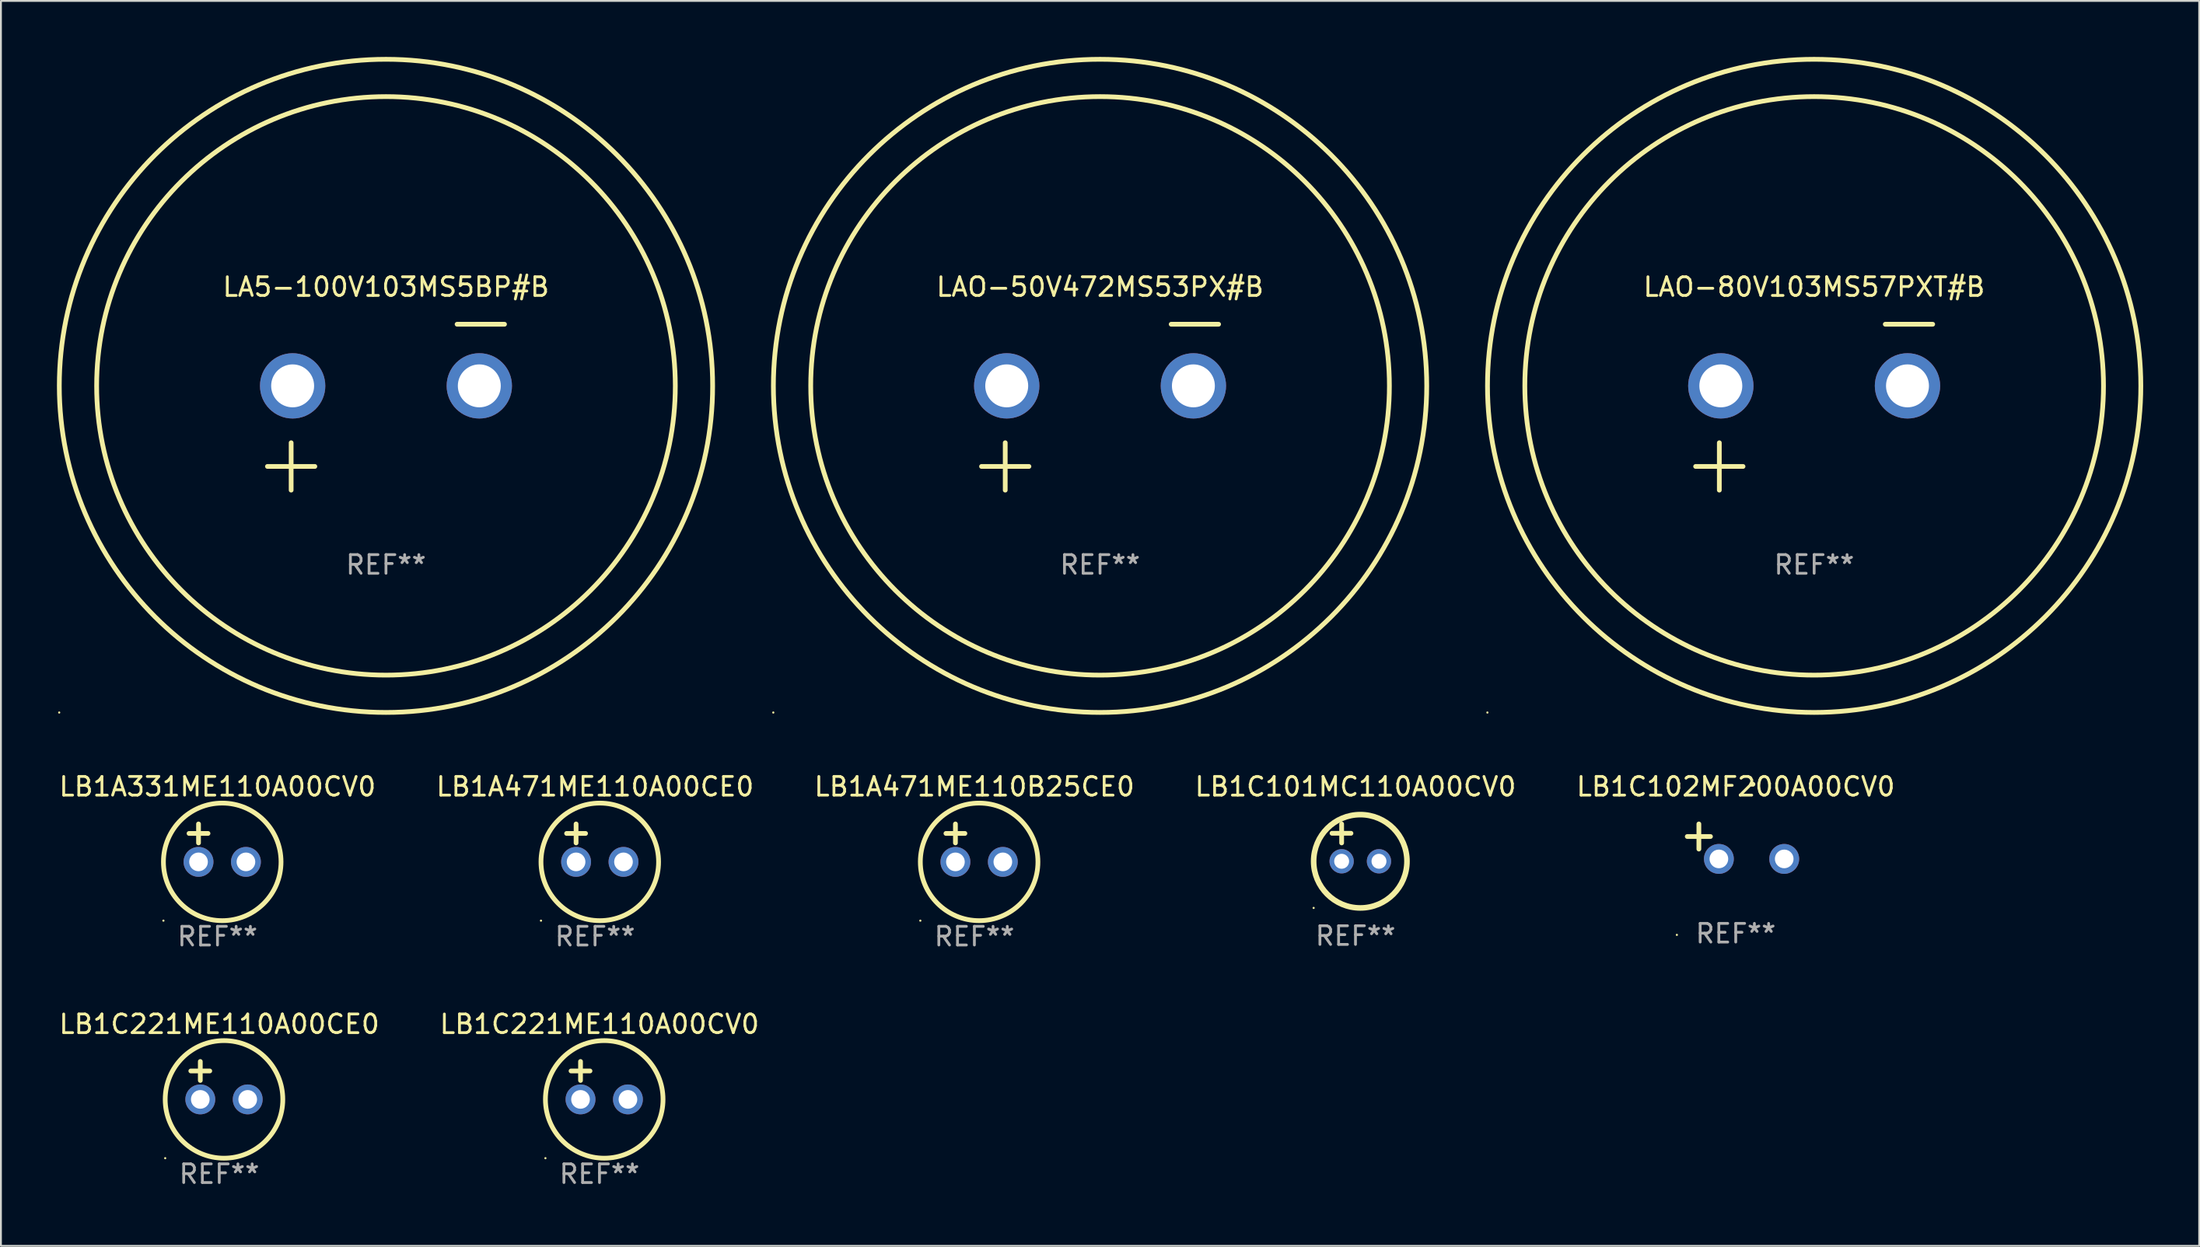
<source format=kicad_pcb>
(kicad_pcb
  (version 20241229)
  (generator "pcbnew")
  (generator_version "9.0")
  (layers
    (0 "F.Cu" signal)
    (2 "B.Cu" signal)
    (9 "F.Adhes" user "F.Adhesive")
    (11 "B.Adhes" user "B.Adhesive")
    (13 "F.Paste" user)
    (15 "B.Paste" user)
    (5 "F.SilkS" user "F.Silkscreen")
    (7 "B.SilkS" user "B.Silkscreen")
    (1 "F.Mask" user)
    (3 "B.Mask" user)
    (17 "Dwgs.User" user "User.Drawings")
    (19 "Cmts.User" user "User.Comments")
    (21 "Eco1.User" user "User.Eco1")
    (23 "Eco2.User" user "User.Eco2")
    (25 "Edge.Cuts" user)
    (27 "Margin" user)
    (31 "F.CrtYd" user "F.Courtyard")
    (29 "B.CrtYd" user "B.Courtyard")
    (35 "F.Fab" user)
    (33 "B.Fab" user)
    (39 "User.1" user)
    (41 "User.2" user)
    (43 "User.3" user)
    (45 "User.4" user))
  (footprint "LB1A471ME110A00CE0"
    (layer "F.Cu")
    (at 28.827 42.119)
    (property "Reference" "LB1A471ME110A00CE0" (at 0 -3.016 0) (layer "F.SilkS") (effects (font (size 1 1) (thickness 0.15))))
    (attr through_hole)
    (fp_line (start -1.524 -0.508) (end -0.508 -0.508) (stroke (width 0.254) (type solid)) (layer "F.SilkS"))
    (fp_line (start -1.016 -1.016) (end -1.016 0) (stroke (width 0.254) (type solid)) (layer "F.SilkS"))
    (fp_circle (center -2.896 4.166) (end -2.866 4.166) (stroke (width 0.06) (type solid)) (fill no) (layer "F.SilkS"))
    (fp_circle (center 0.254 1.016) (end 3.404 1.016) (stroke (width 0.254) (type solid)) (fill no) (layer "F.SilkS"))
    (fp_text user "REF**" (at 0 5.016 0) (layer "F.Fab") (effects (font (size 1 1) (thickness 0.15))))
    (pad "1" thru_hole circle (at -1.016 1.016) (size 1.6 1.6) (drill 1) (layers "*.Cu" "*.Mask"))
    (pad "2" thru_hole circle (at 1.524 1.016) (size 1.6 1.6) (drill 1) (layers "*.Cu" "*.Mask")))
  (footprint "LB1C102MF200A00CV0"
    (layer "F.Cu")
    (at 89.935 42.039)
    (property "Reference" "LB1C102MF200A00CV0" (at 0 -2.937 0) (layer "F.SilkS") (effects (font (size 1 1) (thickness 0.15))))
    (attr through_hole)
    (fp_line (start -1.975 0.41) (end -1.975 -0.937) (stroke (width 0.254) (type solid)) (layer "F.SilkS"))
    (fp_line (start -1.353 -0.263) (end -2.597 -0.263) (stroke (width 0.254) (type solid)) (layer "F.SilkS"))
    (fp_arc (start 0.849809 -3.063957) (mid 0.885369 -3.064114) (end 0.920929 -3.063957) (stroke (width 0.254001) (type solid)) (layer "F.SilkS"))
    (fp_circle (center -3.154 5.008) (end -3.124 5.008) (stroke (width 0.06) (type solid)) (fill no) (layer "F.SilkS"))
    (fp_text user "REF**" (at 0 4.937 0) (layer "F.Fab") (effects (font (size 1 1) (thickness 0.15))))
    (pad "1" thru_hole circle (at -0.903 0.937) (size 1.6 1.6) (drill 1) (layers "*.Cu" "*.Mask"))
    (pad "2" thru_hole circle (at 2.597 0.937) (size 1.6 1.6) (drill 1) (layers "*.Cu" "*.Mask")))
  (footprint "LAO-80V103MS57PXT#B"
    (layer "F.Cu")
    (at 94.136 18.77)
    (property "Reference" "LAO-80V103MS57PXT#B" (at 0 -6.445 0) (layer "F.SilkS") (effects (font (size 1 1) (thickness 0.15))))
    (attr through_hole)
    (fp_line (start -6.35 3.175) (end -3.81 3.175) (stroke (width 0.254) (type solid)) (layer "F.SilkS"))
    (fp_line (start -5.08 1.905) (end -5.08 4.445) (stroke (width 0.254) (type solid)) (layer "F.SilkS"))
    (fp_line (start 3.81 -4.445) (end 6.35 -4.445) (stroke (width 0.254) (type solid)) (layer "F.SilkS"))
    (fp_circle (center -17.505 16.362) (end -17.475 16.362) (stroke (width 0.06) (type solid)) (fill no) (layer "F.SilkS"))
    (fp_circle (center 0 -1.143) (end 15.5 -1.143) (stroke (width 0.254) (type solid)) (fill no) (layer "F.SilkS"))
    (fp_circle (center 0 -1.143) (end 17.5 -1.143) (stroke (width 0.254) (type solid)) (fill no) (layer "F.SilkS"))
    (fp_text user "REF**" (at 0 8.445 0) (layer "F.Fab") (effects (font (size 1 1) (thickness 0.15))))
    (pad "1" thru_hole circle (at -5 -1.143) (size 3.5 3.5) (drill 2.3) (layers "*.Cu" "*.Mask"))
    (pad "2" thru_hole circle (at 5 -1.143) (size 3.5 3.5) (drill 2.3) (layers "*.Cu" "*.Mask")))
  (footprint "LB1C221ME110A00CE0"
    (layer "F.Cu")
    (at 8.696 54.847)
    (property "Reference" "LB1C221ME110A00CE0" (at 0 -3.016 0) (layer "F.SilkS") (effects (font (size 1 1) (thickness 0.15))))
    (attr through_hole)
    (fp_line (start -1.524 -0.508) (end -0.508 -0.508) (stroke (width 0.254) (type solid)) (layer "F.SilkS"))
    (fp_line (start -1.016 -1.016) (end -1.016 0) (stroke (width 0.254) (type solid)) (layer "F.SilkS"))
    (fp_circle (center -2.896 4.166) (end -2.866 4.166) (stroke (width 0.06) (type solid)) (fill no) (layer "F.SilkS"))
    (fp_circle (center 0.254 1.016) (end 3.404 1.016) (stroke (width 0.254) (type solid)) (fill no) (layer "F.SilkS"))
    (fp_text user "REF**" (at 0 5.016 0) (layer "F.Fab") (effects (font (size 1 1) (thickness 0.15))))
    (pad "1" thru_hole circle (at -1.016 1.016) (size 1.6 1.6) (drill 1) (layers "*.Cu" "*.Mask"))
    (pad "2" thru_hole circle (at 1.524 1.016) (size 1.6 1.6) (drill 1) (layers "*.Cu" "*.Mask")))
  (footprint "LB1C101MC110A00CV0"
    (layer "F.Cu")
    (at 69.565 42.103)
    (property "Reference" "LB1C101MC110A00CV0" (at 0 -3 0) (layer "F.SilkS") (effects (font (size 1 1) (thickness 0.15))))
    (attr through_hole)
    (fp_line (start -1.258 -0.5) (end -0.242 -0.5) (stroke (width 0.254) (type solid)) (layer "F.SilkS"))
    (fp_line (start -0.742 -1) (end -0.742 0.016) (stroke (width 0.254) (type solid)) (layer "F.SilkS"))
    (fp_circle (center -2.242 3.5) (end -2.212 3.5) (stroke (width 0.06) (type solid)) (fill no) (layer "F.SilkS"))
    (fp_circle (center 0.258 1) (end 2.758 1) (stroke (width 0.3) (type solid)) (fill no) (layer "F.SilkS"))
    (fp_text user "REF**" (at 0 5 0) (layer "F.Fab") (effects (font (size 1 1) (thickness 0.15))))
    (pad "1" thru_hole circle (at -0.742 1) (size 1.3 1.3) (drill 0.8) (layers "*.Cu" "*.Mask"))
    (pad "2" thru_hole circle (at 1.258 1) (size 1.3 1.3) (drill 0.8) (layers "*.Cu" "*.Mask")))
  (footprint "LAO-50V472MS53PX#B"
    (layer "F.Cu")
    (at 55.881 18.77)
    (property "Reference" "LAO-50V472MS53PX#B" (at 0 -6.445 0) (layer "F.SilkS") (effects (font (size 1 1) (thickness 0.15))))
    (attr through_hole)
    (fp_line (start -6.35 3.175) (end -3.81 3.175) (stroke (width 0.254) (type solid)) (layer "F.SilkS"))
    (fp_line (start -5.08 1.905) (end -5.08 4.445) (stroke (width 0.254) (type solid)) (layer "F.SilkS"))
    (fp_line (start 3.81 -4.445) (end 6.35 -4.445) (stroke (width 0.254) (type solid)) (layer "F.SilkS"))
    (fp_circle (center -17.505 16.362) (end -17.475 16.362) (stroke (width 0.06) (type solid)) (fill no) (layer "F.SilkS"))
    (fp_circle (center 0 -1.143) (end 15.5 -1.143) (stroke (width 0.254) (type solid)) (fill no) (layer "F.SilkS"))
    (fp_circle (center 0 -1.143) (end 17.5 -1.143) (stroke (width 0.254) (type solid)) (fill no) (layer "F.SilkS"))
    (fp_text user "REF**" (at 0 8.445 0) (layer "F.Fab") (effects (font (size 1 1) (thickness 0.15))))
    (pad "1" thru_hole circle (at -5 -1.143) (size 3.5 3.5) (drill 2.3) (layers "*.Cu" "*.Mask"))
    (pad "2" thru_hole circle (at 5 -1.143) (size 3.5 3.5) (drill 2.3) (layers "*.Cu" "*.Mask")))
  (footprint "LB1C221ME110A00CV0"
    (layer "F.Cu")
    (at 29.065 54.847)
    (property "Reference" "LB1C221ME110A00CV0" (at 0 -3.016 0) (layer "F.SilkS") (effects (font (size 1 1) (thickness 0.15))))
    (attr through_hole)
    (fp_line (start -1.524 -0.508) (end -0.508 -0.508) (stroke (width 0.254) (type solid)) (layer "F.SilkS"))
    (fp_line (start -1.016 -1.016) (end -1.016 0) (stroke (width 0.254) (type solid)) (layer "F.SilkS"))
    (fp_circle (center -2.896 4.166) (end -2.866 4.166) (stroke (width 0.06) (type solid)) (fill no) (layer "F.SilkS"))
    (fp_circle (center 0.254 1.016) (end 3.404 1.016) (stroke (width 0.254) (type solid)) (fill no) (layer "F.SilkS"))
    (fp_text user "REF**" (at 0 5.016 0) (layer "F.Fab") (effects (font (size 1 1) (thickness 0.15))))
    (pad "1" thru_hole circle (at -1.016 1.016) (size 1.6 1.6) (drill 1) (layers "*.Cu" "*.Mask"))
    (pad "2" thru_hole circle (at 1.524 1.016) (size 1.6 1.6) (drill 1) (layers "*.Cu" "*.Mask")))
  (footprint "LB1A331ME110A00CV0"
    (layer "F.Cu")
    (at 8.601 42.119)
    (property "Reference" "LB1A331ME110A00CV0" (at 0 -3.016 0) (layer "F.SilkS") (effects (font (size 1 1) (thickness 0.15))))
    (attr through_hole)
    (fp_line (start -1.524 -0.508) (end -0.508 -0.508) (stroke (width 0.254) (type solid)) (layer "F.SilkS"))
    (fp_line (start -1.016 -1.016) (end -1.016 0) (stroke (width 0.254) (type solid)) (layer "F.SilkS"))
    (fp_circle (center -2.896 4.166) (end -2.866 4.166) (stroke (width 0.06) (type solid)) (fill no) (layer "F.SilkS"))
    (fp_circle (center 0.254 1.016) (end 3.404 1.016) (stroke (width 0.254) (type solid)) (fill no) (layer "F.SilkS"))
    (fp_text user "REF**" (at 0 5.016 0) (layer "F.Fab") (effects (font (size 1 1) (thickness 0.15))))
    (pad "1" thru_hole circle (at -1.016 1.016) (size 1.6 1.6) (drill 1) (layers "*.Cu" "*.Mask"))
    (pad "2" thru_hole circle (at 1.524 1.016) (size 1.6 1.6) (drill 1) (layers "*.Cu" "*.Mask")))
  (footprint "LA5-100V103MS5BP#B"
    (layer "F.Cu")
    (at 17.627 18.77)
    (property "Reference" "LA5-100V103MS5BP#B" (at 0 -6.445 0) (layer "F.SilkS") (effects (font (size 1 1) (thickness 0.15))))
    (attr through_hole)
    (fp_line (start -6.35 3.175) (end -3.81 3.175) (stroke (width 0.254) (type solid)) (layer "F.SilkS"))
    (fp_line (start -5.08 1.905) (end -5.08 4.445) (stroke (width 0.254) (type solid)) (layer "F.SilkS"))
    (fp_line (start 3.81 -4.445) (end 6.35 -4.445) (stroke (width 0.254) (type solid)) (layer "F.SilkS"))
    (fp_circle (center -17.505 16.362) (end -17.475 16.362) (stroke (width 0.06) (type solid)) (fill no) (layer "F.SilkS"))
    (fp_circle (center 0 -1.143) (end 15.5 -1.143) (stroke (width 0.254) (type solid)) (fill no) (layer "F.SilkS"))
    (fp_circle (center 0 -1.143) (end 17.5 -1.143) (stroke (width 0.254) (type solid)) (fill no) (layer "F.SilkS"))
    (fp_text user "REF**" (at 0 8.445 0) (layer "F.Fab") (effects (font (size 1 1) (thickness 0.15))))
    (pad "1" thru_hole circle (at -5 -1.143) (size 3.5 3.5) (drill 2.3) (layers "*.Cu" "*.Mask"))
    (pad "2" thru_hole circle (at 5 -1.143) (size 3.5 3.5) (drill 2.3) (layers "*.Cu" "*.Mask")))
  (footprint "LB1A471ME110B25CE0"
    (layer "F.Cu")
    (at 49.149 42.119)
    (property "Reference" "LB1A471ME110B25CE0" (at 0 -3.016 0) (layer "F.SilkS") (effects (font (size 1 1) (thickness 0.15))))
    (attr through_hole)
    (fp_line (start -1.524 -0.508) (end -0.508 -0.508) (stroke (width 0.254) (type solid)) (layer "F.SilkS"))
    (fp_line (start -1.016 -1.016) (end -1.016 0) (stroke (width 0.254) (type solid)) (layer "F.SilkS"))
    (fp_circle (center -2.896 4.166) (end -2.866 4.166) (stroke (width 0.06) (type solid)) (fill no) (layer "F.SilkS"))
    (fp_circle (center 0.254 1.016) (end 3.404 1.016) (stroke (width 0.254) (type solid)) (fill no) (layer "F.SilkS"))
    (fp_text user "REF**" (at 0 5.016 0) (layer "F.Fab") (effects (font (size 1 1) (thickness 0.15))))
    (pad "1" thru_hole circle (at -1.016 1.016) (size 1.6 1.6) (drill 1) (layers "*.Cu" "*.Mask"))
    (pad "2" thru_hole circle (at 1.524 1.016) (size 1.6 1.6) (drill 1) (layers "*.Cu" "*.Mask")))
  (gr_rect
    (start -3 -3)
    (end 114.763 63.711)
    (stroke (width 0.1) (type default))
    (fill no)
    (layer "Edge.Cuts")))
</source>
